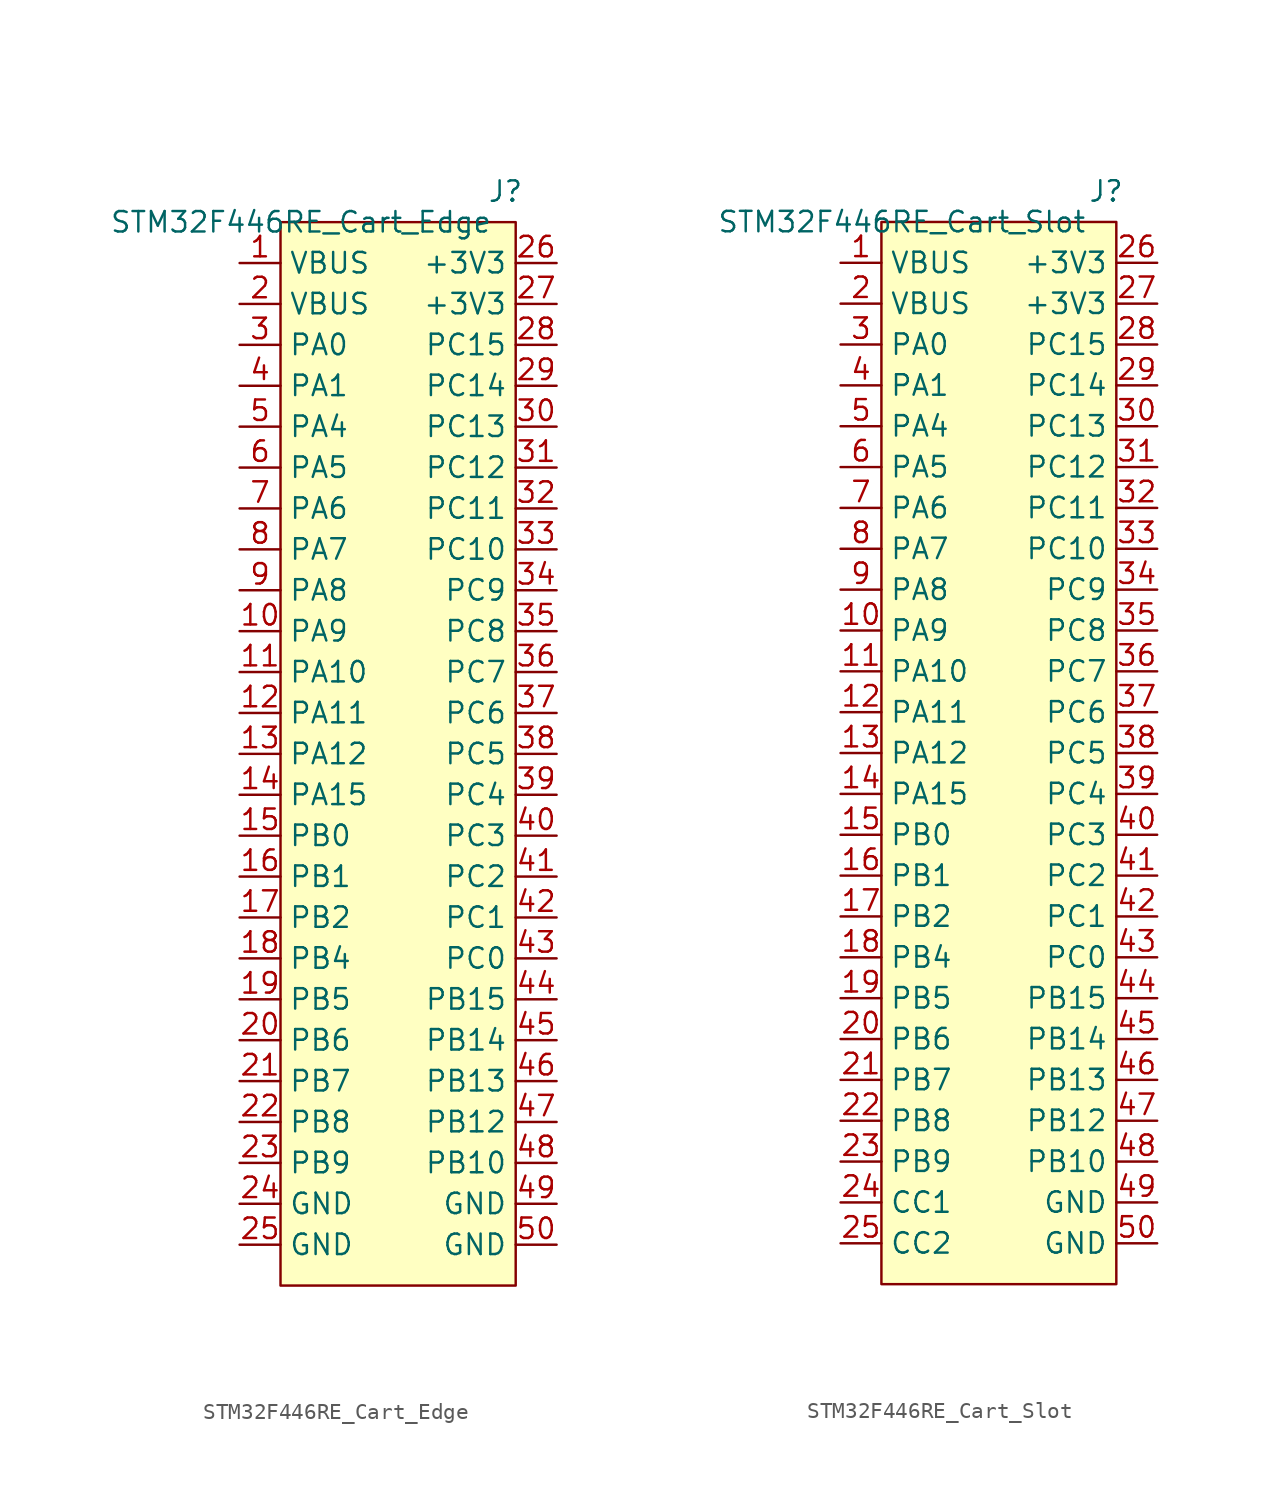
<source format=kicad_sym>
(kicad_symbol_lib
  (version 20231120)
  (generator "kicad_symbol_editor")
  (generator_version "8.0")
  (symbol "STM32F446RE_Cart_Edge"
    (property "Reference" "J"
      (at 12.7 1.905 0)
      (effects (font (size 1.27 1.27))))
    (property "Value" "STM32F446RE_Cart_Edge"
      (at 0 0 0)
      (effects (font (size 1.27 1.27))))
    (symbol "STM32F446RE_Cart_Edge_0_1"
      (rectangle (start -1.27 0) (end 13.335 -66.04) (stroke (width 0) (type default)) (fill (type background))))
    (symbol "STM32F446RE_Cart_Edge_1_1"
      (pin input line (at -3.81 -2.54 0) (length 2.54) (name "VBUS" (effects (font (size 1.27 1.27)))) (number "1" (effects (font (size 1.27 1.27)))))
      (pin input line (at -3.81 -25.4 0) (length 2.54) (name "PA9" (effects (font (size 1.27 1.27)))) (number "10" (effects (font (size 1.27 1.27)))))
      (pin input line (at -3.81 -27.94 0) (length 2.54) (name "PA10" (effects (font (size 1.27 1.27)))) (number "11" (effects (font (size 1.27 1.27)))))
      (pin input line (at -3.81 -30.48 0) (length 2.54) (name "PA11" (effects (font (size 1.27 1.27)))) (number "12" (effects (font (size 1.27 1.27)))))
      (pin input line (at -3.81 -33.02 0) (length 2.54) (name "PA12" (effects (font (size 1.27 1.27)))) (number "13" (effects (font (size 1.27 1.27)))))
      (pin input line (at -3.81 -35.56 0) (length 2.54) (name "PA15" (effects (font (size 1.27 1.27)))) (number "14" (effects (font (size 1.27 1.27)))))
      (pin input line (at -3.81 -38.1 0) (length 2.54) (name "PB0" (effects (font (size 1.27 1.27)))) (number "15" (effects (font (size 1.27 1.27)))))
      (pin input line (at -3.81 -40.64 0) (length 2.54) (name "PB1" (effects (font (size 1.27 1.27)))) (number "16" (effects (font (size 1.27 1.27)))))
      (pin input line (at -3.81 -43.18 0) (length 2.54) (name "PB2" (effects (font (size 1.27 1.27)))) (number "17" (effects (font (size 1.27 1.27)))))
      (pin input line (at -3.81 -45.72 0) (length 2.54) (name "PB4" (effects (font (size 1.27 1.27)))) (number "18" (effects (font (size 1.27 1.27)))))
      (pin input line (at -3.81 -48.26 0) (length 2.54) (name "PB5" (effects (font (size 1.27 1.27)))) (number "19" (effects (font (size 1.27 1.27)))))
      (pin input line (at -3.81 -5.08 0) (length 2.54) (name "VBUS" (effects (font (size 1.27 1.27)))) (number "2" (effects (font (size 1.27 1.27)))))
      (pin input line (at -3.81 -50.8 0) (length 2.54) (name "PB6" (effects (font (size 1.27 1.27)))) (number "20" (effects (font (size 1.27 1.27)))))
      (pin input line (at -3.81 -53.34 0) (length 2.54) (name "PB7" (effects (font (size 1.27 1.27)))) (number "21" (effects (font (size 1.27 1.27)))))
      (pin input line (at -3.81 -55.88 0) (length 2.54) (name "PB8" (effects (font (size 1.27 1.27)))) (number "22" (effects (font (size 1.27 1.27)))))
      (pin input line (at -3.81 -58.42 0) (length 2.54) (name "PB9" (effects (font (size 1.27 1.27)))) (number "23" (effects (font (size 1.27 1.27)))))
      (pin input line (at -3.81 -60.96 0) (length 2.54) (name "GND" (effects (font (size 1.27 1.27)))) (number "24" (effects (font (size 1.27 1.27)))))
      (pin input line (at -3.81 -63.5 0) (length 2.54) (name "GND" (effects (font (size 1.27 1.27)))) (number "25" (effects (font (size 1.27 1.27)))))
      (pin input line (at 15.875 -2.54 180) (length 2.54) (name "+3V3" (effects (font (size 1.27 1.27)))) (number "26" (effects (font (size 1.27 1.27)))))
      (pin input line (at 15.875 -5.08 180) (length 2.54) (name "+3V3" (effects (font (size 1.27 1.27)))) (number "27" (effects (font (size 1.27 1.27)))))
      (pin input line (at 15.875 -7.62 180) (length 2.54) (name "PC15" (effects (font (size 1.27 1.27)))) (number "28" (effects (font (size 1.27 1.27)))))
      (pin input line (at 15.875 -10.16 180) (length 2.54) (name "PC14" (effects (font (size 1.27 1.27)))) (number "29" (effects (font (size 1.27 1.27)))))
      (pin input line (at -3.81 -7.62 0) (length 2.54) (name "PA0" (effects (font (size 1.27 1.27)))) (number "3" (effects (font (size 1.27 1.27)))))
      (pin input line (at 15.875 -12.7 180) (length 2.54) (name "PC13" (effects (font (size 1.27 1.27)))) (number "30" (effects (font (size 1.27 1.27)))))
      (pin input line (at 15.875 -15.24 180) (length 2.54) (name "PC12" (effects (font (size 1.27 1.27)))) (number "31" (effects (font (size 1.27 1.27)))))
      (pin input line (at 15.875 -17.78 180) (length 2.54) (name "PC11" (effects (font (size 1.27 1.27)))) (number "32" (effects (font (size 1.27 1.27)))))
      (pin input line (at 15.875 -20.32 180) (length 2.54) (name "PC10" (effects (font (size 1.27 1.27)))) (number "33" (effects (font (size 1.27 1.27)))))
      (pin input line (at 15.875 -22.86 180) (length 2.54) (name "PC9" (effects (font (size 1.27 1.27)))) (number "34" (effects (font (size 1.27 1.27)))))
      (pin input line (at 15.875 -25.4 180) (length 2.54) (name "PC8" (effects (font (size 1.27 1.27)))) (number "35" (effects (font (size 1.27 1.27)))))
      (pin input line (at 15.875 -27.94 180) (length 2.54) (name "PC7" (effects (font (size 1.27 1.27)))) (number "36" (effects (font (size 1.27 1.27)))))
      (pin input line (at 15.875 -30.48 180) (length 2.54) (name "PC6" (effects (font (size 1.27 1.27)))) (number "37" (effects (font (size 1.27 1.27)))))
      (pin input line (at 15.875 -33.02 180) (length 2.54) (name "PC5" (effects (font (size 1.27 1.27)))) (number "38" (effects (font (size 1.27 1.27)))))
      (pin input line (at 15.875 -35.56 180) (length 2.54) (name "PC4" (effects (font (size 1.27 1.27)))) (number "39" (effects (font (size 1.27 1.27)))))
      (pin input line (at -3.81 -10.16 0) (length 2.54) (name "PA1" (effects (font (size 1.27 1.27)))) (number "4" (effects (font (size 1.27 1.27)))))
      (pin input line (at 15.875 -38.1 180) (length 2.54) (name "PC3" (effects (font (size 1.27 1.27)))) (number "40" (effects (font (size 1.27 1.27)))))
      (pin input line (at 15.875 -40.64 180) (length 2.54) (name "PC2" (effects (font (size 1.27 1.27)))) (number "41" (effects (font (size 1.27 1.27)))))
      (pin input line (at 15.875 -43.18 180) (length 2.54) (name "PC1" (effects (font (size 1.27 1.27)))) (number "42" (effects (font (size 1.27 1.27)))))
      (pin input line (at 15.875 -45.72 180) (length 2.54) (name "PC0" (effects (font (size 1.27 1.27)))) (number "43" (effects (font (size 1.27 1.27)))))
      (pin input line (at 15.875 -48.26 180) (length 2.54) (name "PB15" (effects (font (size 1.27 1.27)))) (number "44" (effects (font (size 1.27 1.27)))))
      (pin input line (at 15.875 -50.8 180) (length 2.54) (name "PB14" (effects (font (size 1.27 1.27)))) (number "45" (effects (font (size 1.27 1.27)))))
      (pin input line (at 15.875 -53.34 180) (length 2.54) (name "PB13" (effects (font (size 1.27 1.27)))) (number "46" (effects (font (size 1.27 1.27)))))
      (pin input line (at 15.875 -55.88 180) (length 2.54) (name "PB12" (effects (font (size 1.27 1.27)))) (number "47" (effects (font (size 1.27 1.27)))))
      (pin input line (at 15.875 -58.42 180) (length 2.54) (name "PB10" (effects (font (size 1.27 1.27)))) (number "48" (effects (font (size 1.27 1.27)))))
      (pin input line (at 15.875 -60.96 180) (length 2.54) (name "GND" (effects (font (size 1.27 1.27)))) (number "49" (effects (font (size 1.27 1.27)))))
      (pin input line (at -3.81 -12.7 0) (length 2.54) (name "PA4" (effects (font (size 1.27 1.27)))) (number "5" (effects (font (size 1.27 1.27)))))
      (pin input line (at 15.875 -63.5 180) (length 2.54) (name "GND" (effects (font (size 1.27 1.27)))) (number "50" (effects (font (size 1.27 1.27)))))
      (pin input line (at -3.81 -15.24 0) (length 2.54) (name "PA5" (effects (font (size 1.27 1.27)))) (number "6" (effects (font (size 1.27 1.27)))))
      (pin input line (at -3.81 -17.78 0) (length 2.54) (name "PA6" (effects (font (size 1.27 1.27)))) (number "7" (effects (font (size 1.27 1.27)))))
      (pin input line (at -3.81 -20.32 0) (length 2.54) (name "PA7" (effects (font (size 1.27 1.27)))) (number "8" (effects (font (size 1.27 1.27)))))
      (pin input line (at -3.81 -22.86 0) (length 2.54) (name "PA8" (effects (font (size 1.27 1.27)))) (number "9" (effects (font (size 1.27 1.27)))))))
  (symbol "STM32F446RE_Cart_Slot"
    (property "Reference" "J"
      (at 12.7 1.905 0)
      (effects (font (size 1.27 1.27))))
    (property "Value" "STM32F446RE_Cart_Slot"
      (at 0 0 0)
      (effects (font (size 1.27 1.27))))
    (symbol "STM32F446RE_Cart_Slot_0_1"
      (rectangle (start -1.27 0) (end 13.335 -66.04) (stroke (width 0) (type default)) (fill (type background))))
    (symbol "STM32F446RE_Cart_Slot_1_1"
      (pin input line (at -3.81 -2.54 0) (length 2.54) (name "VBUS" (effects (font (size 1.27 1.27)))) (number "1" (effects (font (size 1.27 1.27)))))
      (pin input line (at -3.81 -25.4 0) (length 2.54) (name "PA9" (effects (font (size 1.27 1.27)))) (number "10" (effects (font (size 1.27 1.27)))))
      (pin input line (at -3.81 -27.94 0) (length 2.54) (name "PA10" (effects (font (size 1.27 1.27)))) (number "11" (effects (font (size 1.27 1.27)))))
      (pin input line (at -3.81 -30.48 0) (length 2.54) (name "PA11" (effects (font (size 1.27 1.27)))) (number "12" (effects (font (size 1.27 1.27)))))
      (pin input line (at -3.81 -33.02 0) (length 2.54) (name "PA12" (effects (font (size 1.27 1.27)))) (number "13" (effects (font (size 1.27 1.27)))))
      (pin input line (at -3.81 -35.56 0) (length 2.54) (name "PA15" (effects (font (size 1.27 1.27)))) (number "14" (effects (font (size 1.27 1.27)))))
      (pin input line (at -3.81 -38.1 0) (length 2.54) (name "PB0" (effects (font (size 1.27 1.27)))) (number "15" (effects (font (size 1.27 1.27)))))
      (pin input line (at -3.81 -40.64 0) (length 2.54) (name "PB1" (effects (font (size 1.27 1.27)))) (number "16" (effects (font (size 1.27 1.27)))))
      (pin input line (at -3.81 -43.18 0) (length 2.54) (name "PB2" (effects (font (size 1.27 1.27)))) (number "17" (effects (font (size 1.27 1.27)))))
      (pin input line (at -3.81 -45.72 0) (length 2.54) (name "PB4" (effects (font (size 1.27 1.27)))) (number "18" (effects (font (size 1.27 1.27)))))
      (pin input line (at -3.81 -48.26 0) (length 2.54) (name "PB5" (effects (font (size 1.27 1.27)))) (number "19" (effects (font (size 1.27 1.27)))))
      (pin input line (at -3.81 -5.08 0) (length 2.54) (name "VBUS" (effects (font (size 1.27 1.27)))) (number "2" (effects (font (size 1.27 1.27)))))
      (pin input line (at -3.81 -50.8 0) (length 2.54) (name "PB6" (effects (font (size 1.27 1.27)))) (number "20" (effects (font (size 1.27 1.27)))))
      (pin input line (at -3.81 -53.34 0) (length 2.54) (name "PB7" (effects (font (size 1.27 1.27)))) (number "21" (effects (font (size 1.27 1.27)))))
      (pin input line (at -3.81 -55.88 0) (length 2.54) (name "PB8" (effects (font (size 1.27 1.27)))) (number "22" (effects (font (size 1.27 1.27)))))
      (pin input line (at -3.81 -58.42 0) (length 2.54) (name "PB9" (effects (font (size 1.27 1.27)))) (number "23" (effects (font (size 1.27 1.27)))))
      (pin input line (at -3.81 -60.96 0) (length 2.54) (name "CC1" (effects (font (size 1.27 1.27)))) (number "24" (effects (font (size 1.27 1.27)))))
      (pin input line (at -3.81 -63.5 0) (length 2.54) (name "CC2" (effects (font (size 1.27 1.27)))) (number "25" (effects (font (size 1.27 1.27)))))
      (pin input line (at 15.875 -2.54 180) (length 2.54) (name "+3V3" (effects (font (size 1.27 1.27)))) (number "26" (effects (font (size 1.27 1.27)))))
      (pin input line (at 15.875 -5.08 180) (length 2.54) (name "+3V3" (effects (font (size 1.27 1.27)))) (number "27" (effects (font (size 1.27 1.27)))))
      (pin input line (at 15.875 -7.62 180) (length 2.54) (name "PC15" (effects (font (size 1.27 1.27)))) (number "28" (effects (font (size 1.27 1.27)))))
      (pin input line (at 15.875 -10.16 180) (length 2.54) (name "PC14" (effects (font (size 1.27 1.27)))) (number "29" (effects (font (size 1.27 1.27)))))
      (pin input line (at -3.81 -7.62 0) (length 2.54) (name "PA0" (effects (font (size 1.27 1.27)))) (number "3" (effects (font (size 1.27 1.27)))))
      (pin input line (at 15.875 -12.7 180) (length 2.54) (name "PC13" (effects (font (size 1.27 1.27)))) (number "30" (effects (font (size 1.27 1.27)))))
      (pin input line (at 15.875 -15.24 180) (length 2.54) (name "PC12" (effects (font (size 1.27 1.27)))) (number "31" (effects (font (size 1.27 1.27)))))
      (pin input line (at 15.875 -17.78 180) (length 2.54) (name "PC11" (effects (font (size 1.27 1.27)))) (number "32" (effects (font (size 1.27 1.27)))))
      (pin input line (at 15.875 -20.32 180) (length 2.54) (name "PC10" (effects (font (size 1.27 1.27)))) (number "33" (effects (font (size 1.27 1.27)))))
      (pin input line (at 15.875 -22.86 180) (length 2.54) (name "PC9" (effects (font (size 1.27 1.27)))) (number "34" (effects (font (size 1.27 1.27)))))
      (pin input line (at 15.875 -25.4 180) (length 2.54) (name "PC8" (effects (font (size 1.27 1.27)))) (number "35" (effects (font (size 1.27 1.27)))))
      (pin input line (at 15.875 -27.94 180) (length 2.54) (name "PC7" (effects (font (size 1.27 1.27)))) (number "36" (effects (font (size 1.27 1.27)))))
      (pin input line (at 15.875 -30.48 180) (length 2.54) (name "PC6" (effects (font (size 1.27 1.27)))) (number "37" (effects (font (size 1.27 1.27)))))
      (pin input line (at 15.875 -33.02 180) (length 2.54) (name "PC5" (effects (font (size 1.27 1.27)))) (number "38" (effects (font (size 1.27 1.27)))))
      (pin input line (at 15.875 -35.56 180) (length 2.54) (name "PC4" (effects (font (size 1.27 1.27)))) (number "39" (effects (font (size 1.27 1.27)))))
      (pin input line (at -3.81 -10.16 0) (length 2.54) (name "PA1" (effects (font (size 1.27 1.27)))) (number "4" (effects (font (size 1.27 1.27)))))
      (pin input line (at 15.875 -38.1 180) (length 2.54) (name "PC3" (effects (font (size 1.27 1.27)))) (number "40" (effects (font (size 1.27 1.27)))))
      (pin input line (at 15.875 -40.64 180) (length 2.54) (name "PC2" (effects (font (size 1.27 1.27)))) (number "41" (effects (font (size 1.27 1.27)))))
      (pin input line (at 15.875 -43.18 180) (length 2.54) (name "PC1" (effects (font (size 1.27 1.27)))) (number "42" (effects (font (size 1.27 1.27)))))
      (pin input line (at 15.875 -45.72 180) (length 2.54) (name "PC0" (effects (font (size 1.27 1.27)))) (number "43" (effects (font (size 1.27 1.27)))))
      (pin input line (at 15.875 -48.26 180) (length 2.54) (name "PB15" (effects (font (size 1.27 1.27)))) (number "44" (effects (font (size 1.27 1.27)))))
      (pin input line (at 15.875 -50.8 180) (length 2.54) (name "PB14" (effects (font (size 1.27 1.27)))) (number "45" (effects (font (size 1.27 1.27)))))
      (pin input line (at 15.875 -53.34 180) (length 2.54) (name "PB13" (effects (font (size 1.27 1.27)))) (number "46" (effects (font (size 1.27 1.27)))))
      (pin input line (at 15.875 -55.88 180) (length 2.54) (name "PB12" (effects (font (size 1.27 1.27)))) (number "47" (effects (font (size 1.27 1.27)))))
      (pin input line (at 15.875 -58.42 180) (length 2.54) (name "PB10" (effects (font (size 1.27 1.27)))) (number "48" (effects (font (size 1.27 1.27)))))
      (pin input line (at 15.875 -60.96 180) (length 2.54) (name "GND" (effects (font (size 1.27 1.27)))) (number "49" (effects (font (size 1.27 1.27)))))
      (pin input line (at -3.81 -12.7 0) (length 2.54) (name "PA4" (effects (font (size 1.27 1.27)))) (number "5" (effects (font (size 1.27 1.27)))))
      (pin input line (at 15.875 -63.5 180) (length 2.54) (name "GND" (effects (font (size 1.27 1.27)))) (number "50" (effects (font (size 1.27 1.27)))))
      (pin input line (at -3.81 -15.24 0) (length 2.54) (name "PA5" (effects (font (size 1.27 1.27)))) (number "6" (effects (font (size 1.27 1.27)))))
      (pin input line (at -3.81 -17.78 0) (length 2.54) (name "PA6" (effects (font (size 1.27 1.27)))) (number "7" (effects (font (size 1.27 1.27)))))
      (pin input line (at -3.81 -20.32 0) (length 2.54) (name "PA7" (effects (font (size 1.27 1.27)))) (number "8" (effects (font (size 1.27 1.27)))))
      (pin input line (at -3.81 -22.86 0) (length 2.54) (name "PA8" (effects (font (size 1.27 1.27)))) (number "9" (effects (font (size 1.27 1.27))))))))
</source>
